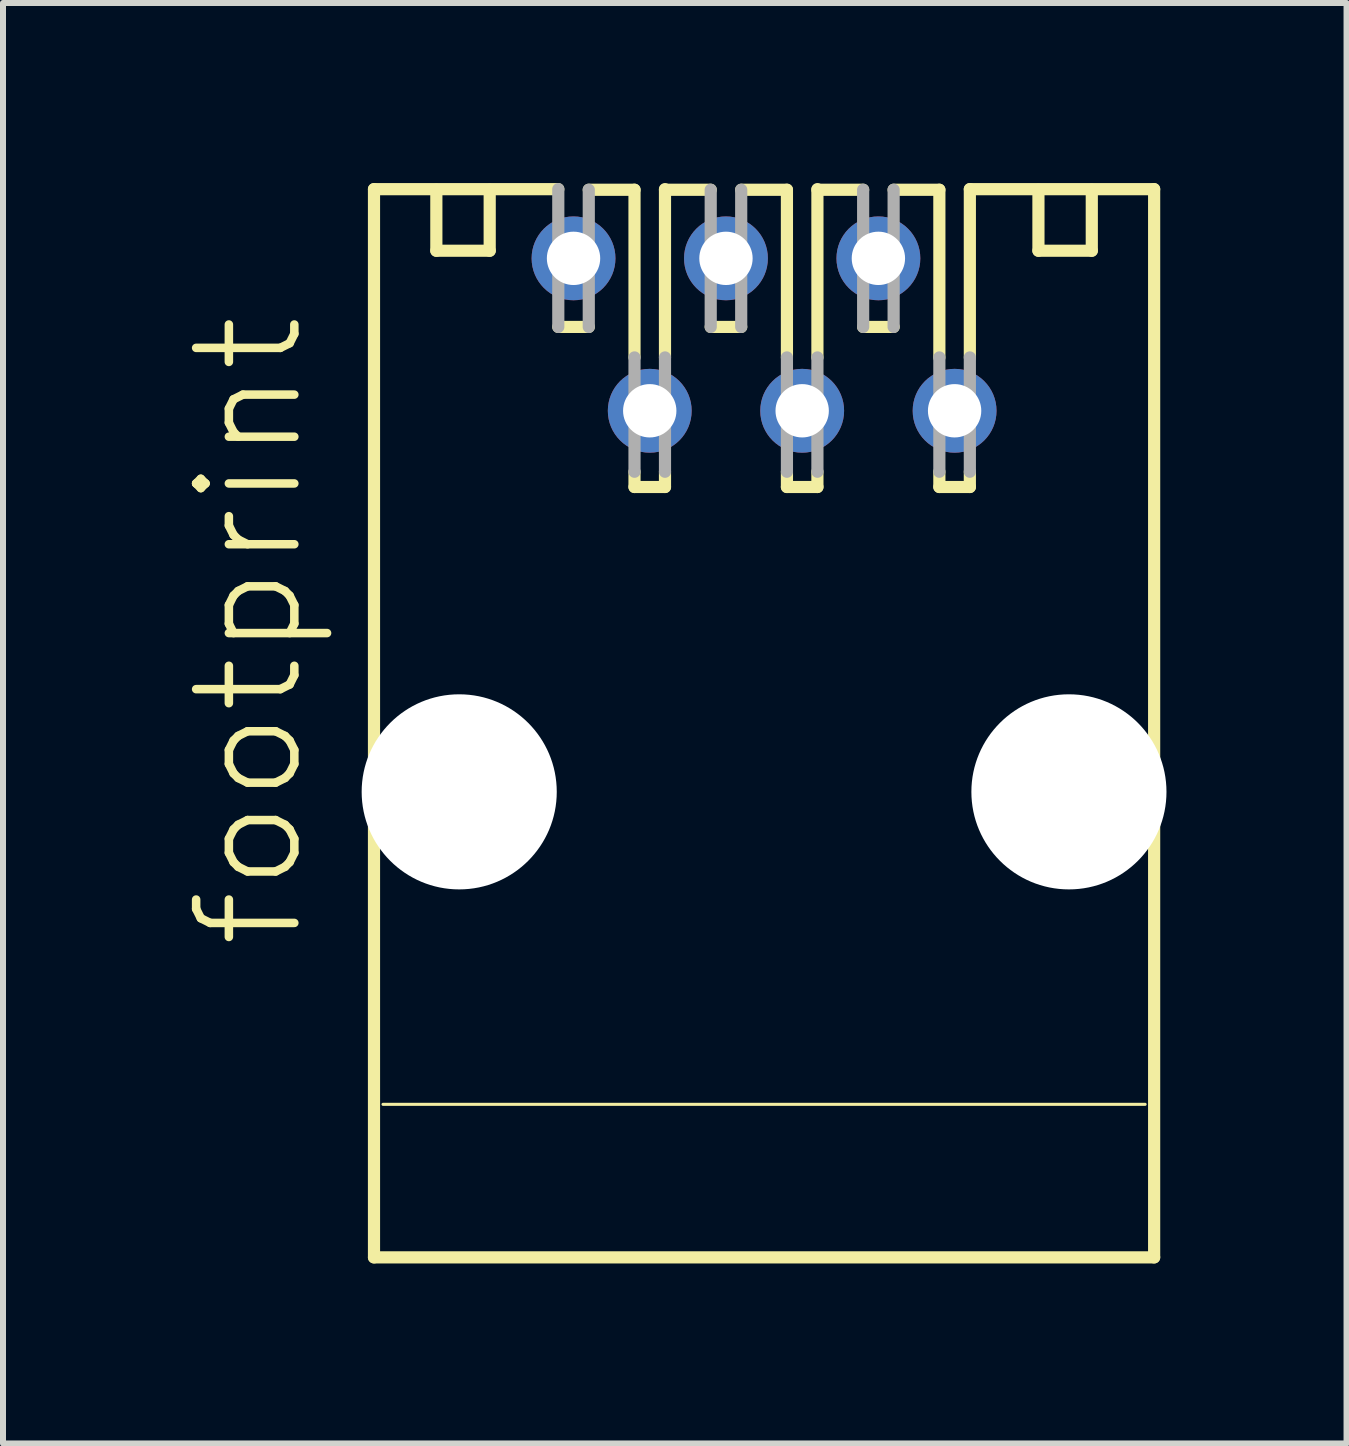
<source format=kicad_pcb>
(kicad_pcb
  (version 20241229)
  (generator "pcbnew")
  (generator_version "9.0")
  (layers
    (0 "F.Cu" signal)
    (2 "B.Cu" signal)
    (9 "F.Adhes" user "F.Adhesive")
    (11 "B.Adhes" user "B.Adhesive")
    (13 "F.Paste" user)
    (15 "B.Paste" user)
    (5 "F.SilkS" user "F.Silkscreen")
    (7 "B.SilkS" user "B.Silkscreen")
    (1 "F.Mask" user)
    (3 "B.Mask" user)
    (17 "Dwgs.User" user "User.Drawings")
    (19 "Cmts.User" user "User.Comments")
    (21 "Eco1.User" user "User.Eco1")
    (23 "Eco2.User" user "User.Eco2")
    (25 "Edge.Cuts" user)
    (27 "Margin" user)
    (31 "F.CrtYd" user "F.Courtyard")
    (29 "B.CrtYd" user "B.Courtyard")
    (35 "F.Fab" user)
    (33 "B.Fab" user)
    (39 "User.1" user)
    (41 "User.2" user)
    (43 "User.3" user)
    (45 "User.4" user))
  (footprint "footprint"
    (layer "F.Cu")
    (at 9.682 9.002)
    (property "Reference" "footprint" (at -7.62 3.81 90) (layer "F.SilkS") (effects (font (size 1.636 1.636) (thickness 0.142)) (justify left bottom)))
    (fp_line (start -6.5 -8.9) (end -3.429 -8.9) (stroke (width 0.203) (type solid)) (layer "F.SilkS"))
    (fp_line (start -6.5 8.9) (end -6.5 -8.9) (stroke (width 0.203) (type solid)) (layer "F.SilkS"))
    (fp_line (start -6.35 6.35) (end 6.35 6.35) (stroke (width 0.051) (type solid)) (layer "F.SilkS"))
    (fp_line (start -5.461 -8.89) (end -5.461 -7.874) (stroke (width 0.203) (type solid)) (layer "F.SilkS"))
    (fp_line (start -5.461 -7.874) (end -4.572 -7.874) (stroke (width 0.203) (type solid)) (layer "F.SilkS"))
    (fp_line (start -4.572 -7.874) (end -4.572 -8.89) (stroke (width 0.203) (type solid)) (layer "F.SilkS"))
    (fp_line (start -2.921 -8.89) (end -2.159 -8.89) (stroke (width 0.203) (type solid)) (layer "F.SilkS"))
    (fp_line (start -2.921 -6.604) (end -3.429 -6.604) (stroke (width 0.203) (type solid)) (layer "F.SilkS"))
    (fp_line (start -2.159 -6.096) (end -2.159 -8.89) (stroke (width 0.203) (type solid)) (layer "F.SilkS"))
    (fp_line (start -2.159 -3.937) (end -2.159 -4.191) (stroke (width 0.203) (type solid)) (layer "F.SilkS"))
    (fp_line (start -1.651 -8.89) (end -0.889 -8.89) (stroke (width 0.203) (type solid)) (layer "F.SilkS"))
    (fp_line (start -1.651 -6.096) (end -1.651 -8.9) (stroke (width 0.203) (type solid)) (layer "F.SilkS"))
    (fp_line (start -1.651 -3.937) (end -2.159 -3.937) (stroke (width 0.203) (type solid)) (layer "F.SilkS"))
    (fp_line (start -1.651 -3.937) (end -1.651 -4.191) (stroke (width 0.203) (type solid)) (layer "F.SilkS"))
    (fp_line (start -0.381 -8.89) (end 0.381 -8.89) (stroke (width 0.203) (type solid)) (layer "F.SilkS"))
    (fp_line (start -0.381 -6.604) (end -0.889 -6.604) (stroke (width 0.203) (type solid)) (layer "F.SilkS"))
    (fp_line (start 0.381 -6.096) (end 0.381 -8.89) (stroke (width 0.203) (type solid)) (layer "F.SilkS"))
    (fp_line (start 0.381 -3.937) (end 0.381 -4.191) (stroke (width 0.203) (type solid)) (layer "F.SilkS"))
    (fp_line (start 0.889 -8.89) (end 1.651 -8.89) (stroke (width 0.203) (type solid)) (layer "F.SilkS"))
    (fp_line (start 0.889 -6.096) (end 0.889 -8.9) (stroke (width 0.203) (type solid)) (layer "F.SilkS"))
    (fp_line (start 0.889 -3.937) (end 0.381 -3.937) (stroke (width 0.203) (type solid)) (layer "F.SilkS"))
    (fp_line (start 0.889 -3.937) (end 0.889 -4.191) (stroke (width 0.203) (type solid)) (layer "F.SilkS"))
    (fp_line (start 2.159 -8.89) (end 2.921 -8.89) (stroke (width 0.203) (type solid)) (layer "F.SilkS"))
    (fp_line (start 2.159 -6.604) (end 1.651 -6.604) (stroke (width 0.203) (type solid)) (layer "F.SilkS"))
    (fp_line (start 2.921 -6.096) (end 2.921 -8.89) (stroke (width 0.203) (type solid)) (layer "F.SilkS"))
    (fp_line (start 2.921 -3.937) (end 2.921 -4.191) (stroke (width 0.203) (type solid)) (layer "F.SilkS"))
    (fp_line (start 3.429 -8.9) (end 6.5 -8.9) (stroke (width 0.203) (type solid)) (layer "F.SilkS"))
    (fp_line (start 3.429 -6.096) (end 3.429 -8.9) (stroke (width 0.203) (type solid)) (layer "F.SilkS"))
    (fp_line (start 3.429 -3.937) (end 2.921 -3.937) (stroke (width 0.203) (type solid)) (layer "F.SilkS"))
    (fp_line (start 3.429 -3.937) (end 3.429 -4.191) (stroke (width 0.203) (type solid)) (layer "F.SilkS"))
    (fp_line (start 4.572 -7.874) (end 4.572 -8.89) (stroke (width 0.203) (type solid)) (layer "F.SilkS"))
    (fp_line (start 5.461 -8.89) (end 5.461 -7.874) (stroke (width 0.203) (type solid)) (layer "F.SilkS"))
    (fp_line (start 5.461 -7.874) (end 4.572 -7.874) (stroke (width 0.203) (type solid)) (layer "F.SilkS"))
    (fp_line (start 6.5 -8.9) (end 6.5 8.9) (stroke (width 0.203) (type solid)) (layer "F.SilkS"))
    (fp_line (start 6.5 8.9) (end -6.5 8.9) (stroke (width 0.203) (type solid)) (layer "F.SilkS"))
    (fp_line (start -3.429 -8.9) (end -3.429 -6.604) (stroke (width 0.203) (type solid)) (layer "F.Fab"))
    (fp_line (start -2.921 -8.89) (end -2.921 -6.604) (stroke (width 0.203) (type solid)) (layer "F.Fab"))
    (fp_line (start -2.159 -6.096) (end -2.159 -4.191) (stroke (width 0.203) (type solid)) (layer "F.Fab"))
    (fp_line (start -1.651 -6.096) (end -1.651 -4.191) (stroke (width 0.203) (type solid)) (layer "F.Fab"))
    (fp_line (start -0.889 -8.89) (end -0.889 -6.604) (stroke (width 0.203) (type solid)) (layer "F.Fab"))
    (fp_line (start -0.381 -8.89) (end -0.381 -6.604) (stroke (width 0.203) (type solid)) (layer "F.Fab"))
    (fp_line (start 0.381 -6.096) (end 0.381 -4.191) (stroke (width 0.203) (type solid)) (layer "F.Fab"))
    (fp_line (start 0.889 -6.096) (end 0.889 -4.191) (stroke (width 0.203) (type solid)) (layer "F.Fab"))
    (fp_line (start 1.651 -8.89) (end 1.651 -6.604) (stroke (width 0.203) (type solid)) (layer "F.Fab"))
    (fp_line (start 2.159 -8.89) (end 2.159 -6.604) (stroke (width 0.203) (type solid)) (layer "F.Fab"))
    (fp_line (start 2.921 -6.096) (end 2.921 -4.191) (stroke (width 0.203) (type solid)) (layer "F.Fab"))
    (fp_line (start 3.429 -6.096) (end 3.429 -4.191) (stroke (width 0.203) (type solid)) (layer "F.Fab"))
    (pad "" np_thru_hole circle (at -5.08 1.143) (size 3.251 3.251) (drill 3.251) (layers "*.Cu" "*.Mask"))
    (pad "" np_thru_hole circle (at 5.08 1.143) (size 3.251 3.251) (drill 3.251) (layers "*.Cu" "*.Mask"))
    (pad "1" thru_hole circle (at -3.175 -7.747) (size 1.397 1.397) (drill 0.889) (layers "*.Cu" "*.Mask"))
    (pad "2" thru_hole circle (at -1.905 -5.207) (size 1.397 1.397) (drill 0.889) (layers "*.Cu" "*.Mask"))
    (pad "3" thru_hole circle (at -0.635 -7.747) (size 1.397 1.397) (drill 0.889) (layers "*.Cu" "*.Mask"))
    (pad "4" thru_hole circle (at 0.635 -5.207) (size 1.397 1.397) (drill 0.889) (layers "*.Cu" "*.Mask"))
    (pad "5" thru_hole circle (at 1.905 -7.747) (size 1.397 1.397) (drill 0.889) (layers "*.Cu" "*.Mask"))
    (pad "6" thru_hole circle (at 3.175 -5.207) (size 1.397 1.397) (drill 0.889) (layers "*.Cu" "*.Mask")))
  (gr_rect
    (start -3 -3)
    (end 19.388 21.003)
    (stroke (width 0.1) (type default))
    (fill no)
    (layer "Edge.Cuts")))
</source>
